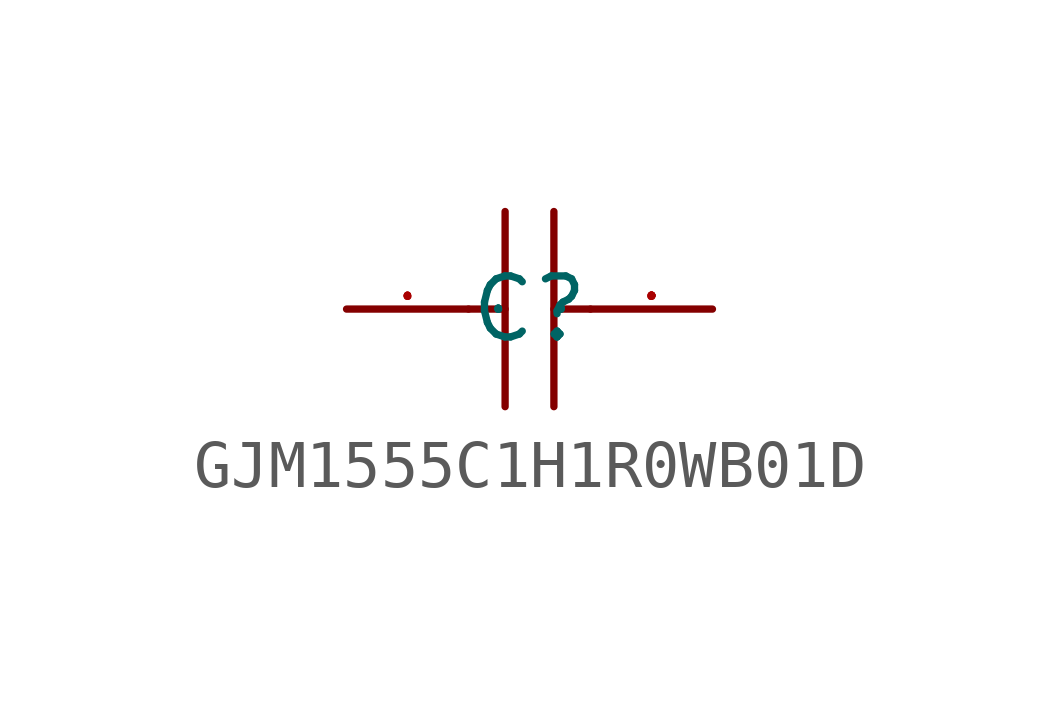
<source format=kicad_sym>
(kicad_symbol_lib
  (version 20241209)
  (generator "kicad_symbol_editor")
  (generator_version "9.0")
  (symbol "GJM1555C1H1R0WB01D"
    (property "Reference" "C"
      (at 0 0 0)
      (effects (font (size 1.27 1.27))))
    (symbol "GJM1555C1H1R0WB01D_1_0"
      (polyline (pts (xy -1.27 0) (xy -0.508 0)) (stroke (width 0) (type default)) (fill (type none)))
      (polyline (pts (xy -0.508 2.032) (xy -0.508 -2.032)) (stroke (width 0) (type default)) (fill (type none)))
      (polyline (pts (xy 0.508 2.032) (xy 0.508 -2.032)) (stroke (width 0) (type default)) (fill (type none)))
      (polyline (pts (xy 0.508 0) (xy 1.27 0)) (stroke (width 0) (type default)) (fill (type none)))
      (pin input line (at -3.81 0 0) (length 2.54) (name "1" (effects (font (size 0.025 0.025)))) (number "1" (effects (font (size 0.025 0.025)))))
      (pin input line (at 3.81 0 180) (length 2.54) (name "2" (effects (font (size 0.025 0.025)))) (number "2" (effects (font (size 0.025 0.025))))))))
</source>
